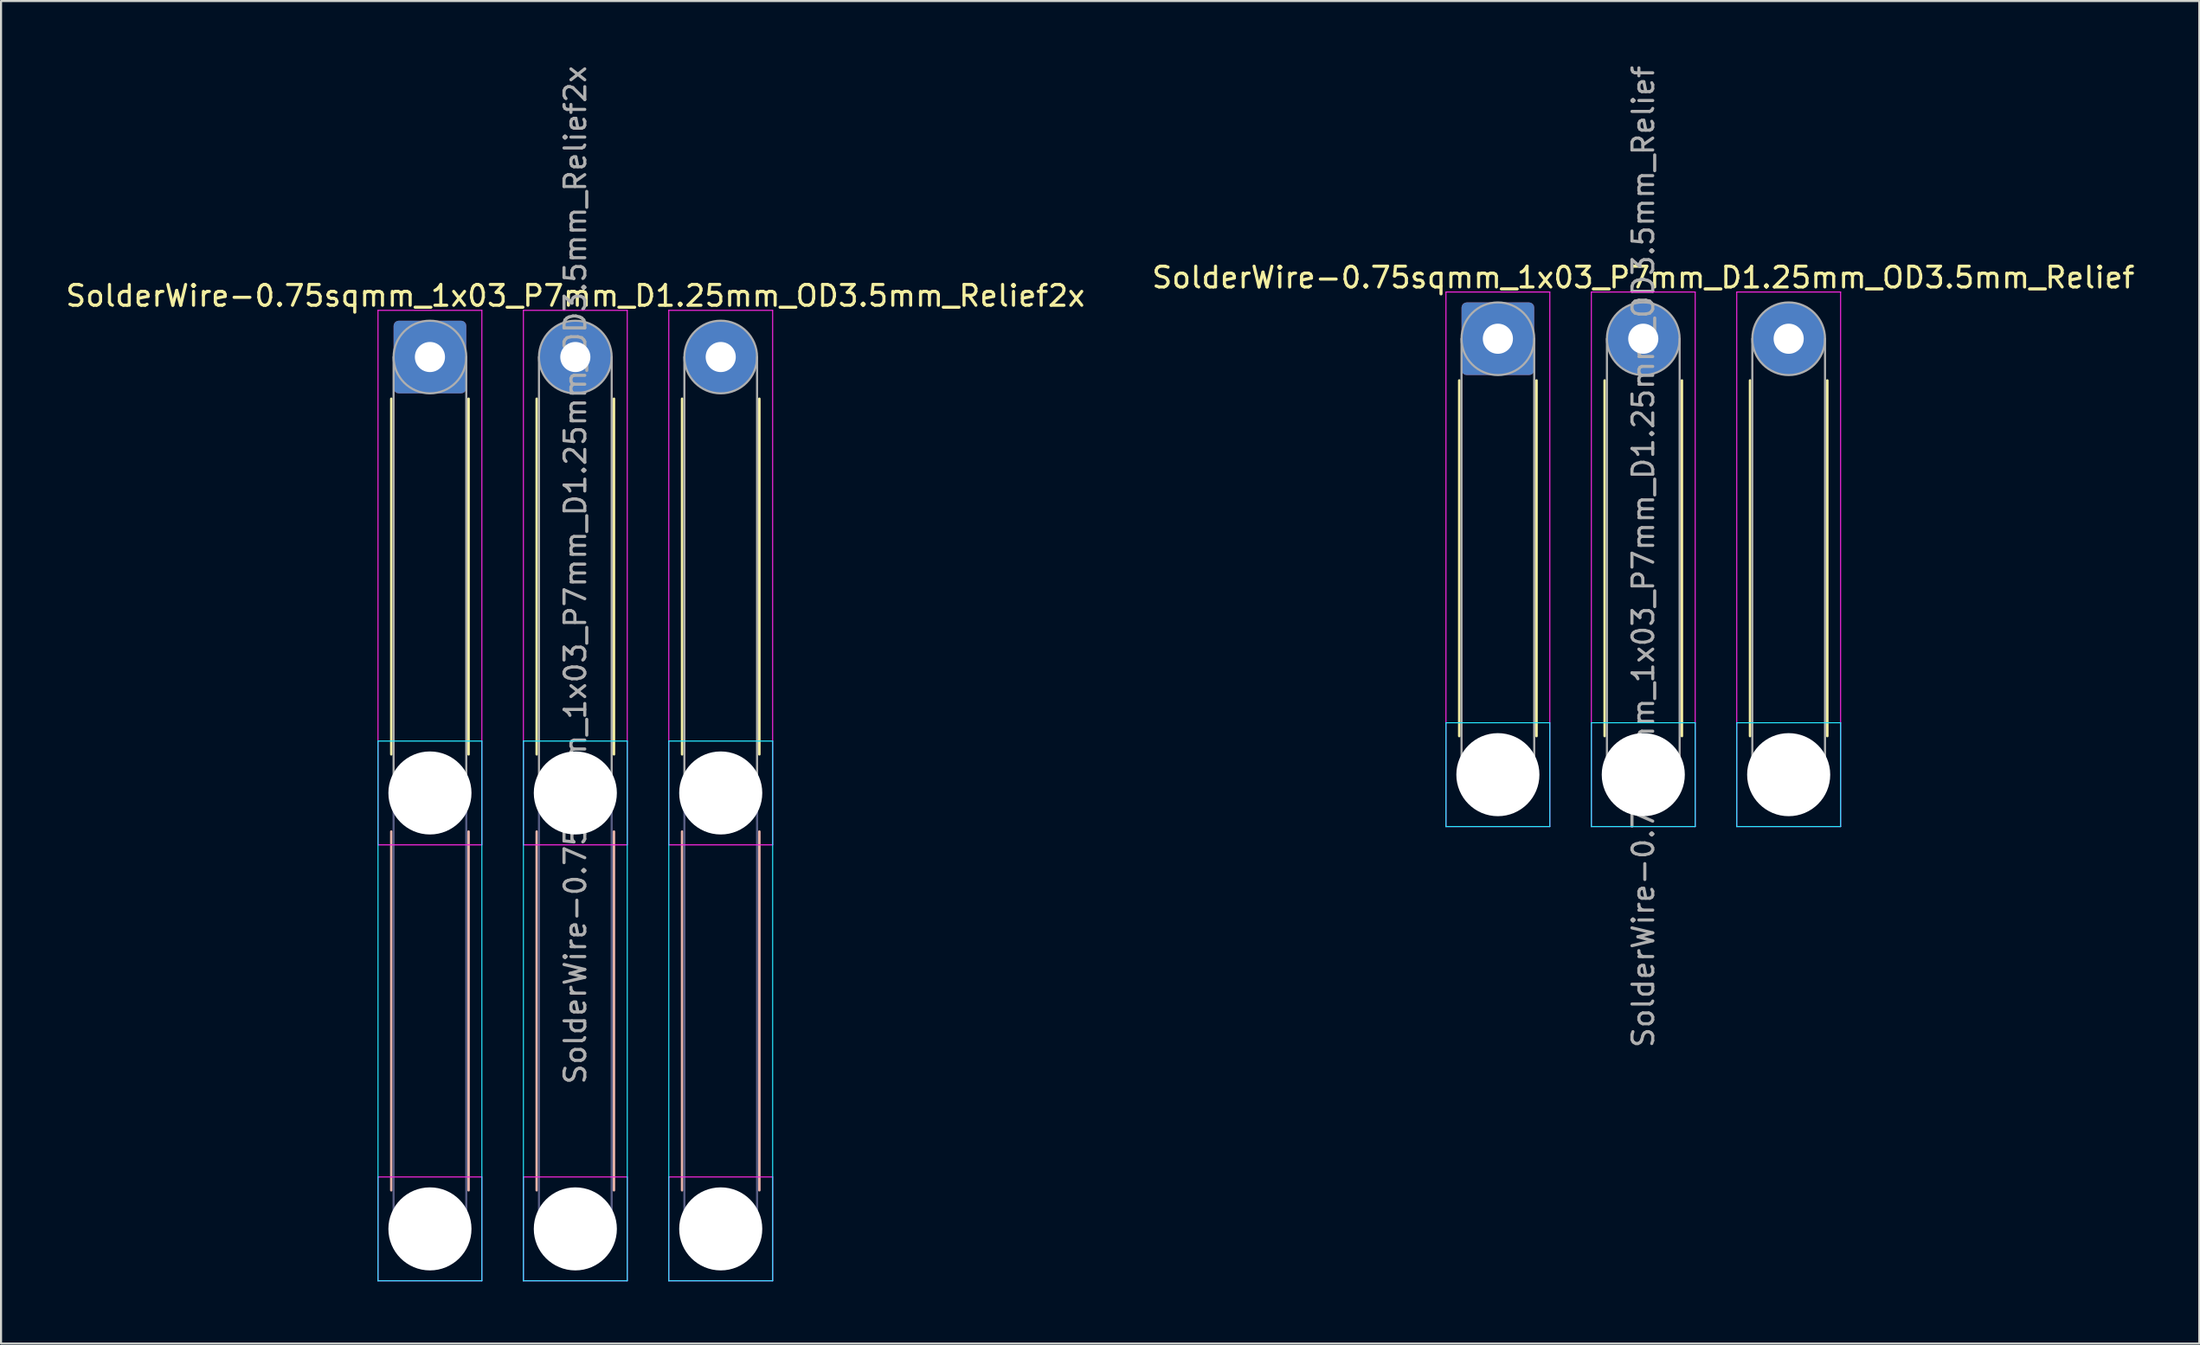
<source format=kicad_pcb>
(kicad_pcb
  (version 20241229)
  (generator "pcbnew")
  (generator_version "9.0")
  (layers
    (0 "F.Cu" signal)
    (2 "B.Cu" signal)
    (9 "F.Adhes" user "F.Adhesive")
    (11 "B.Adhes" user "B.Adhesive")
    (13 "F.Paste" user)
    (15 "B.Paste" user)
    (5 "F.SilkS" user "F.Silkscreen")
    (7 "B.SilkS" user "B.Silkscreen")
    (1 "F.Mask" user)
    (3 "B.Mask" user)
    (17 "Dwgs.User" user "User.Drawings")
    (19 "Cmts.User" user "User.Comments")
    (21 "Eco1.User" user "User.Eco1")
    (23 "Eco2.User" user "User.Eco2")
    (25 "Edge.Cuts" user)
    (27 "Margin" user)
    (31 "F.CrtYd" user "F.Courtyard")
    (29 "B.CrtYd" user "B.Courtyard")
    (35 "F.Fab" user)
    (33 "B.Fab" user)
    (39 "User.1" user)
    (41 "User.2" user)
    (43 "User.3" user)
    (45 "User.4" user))
  (footprint "SolderWire-0.75sqmm_1x03_P7mm_D1.25mm_OD3.5mm_Relief"
    (layer "F.Cu")
    (at 69.065 13.268)
    (property "Reference" "SolderWire-0.75sqmm_1x03_P7mm_D1.25mm_OD3.5mm_Relief" (at 7 -2.95 0) (layer "F.SilkS") (effects (font (size 1 1) (thickness 0.15))))
    (attr exclude_from_pos_files exclude_from_bom)
    (fp_line (start -1.86 2.01) (end -1.86 19.14) (stroke (width 0.12) (type solid)) (layer "F.SilkS"))
    (fp_line (start 1.86 2.01) (end 1.86 19.14) (stroke (width 0.12) (type solid)) (layer "F.SilkS"))
    (fp_line (start 5.14 2.01) (end 5.14 19.14) (stroke (width 0.12) (type solid)) (layer "F.SilkS"))
    (fp_line (start 8.86 2.01) (end 8.86 19.14) (stroke (width 0.12) (type solid)) (layer "F.SilkS"))
    (fp_line (start 12.14 2.01) (end 12.14 19.14) (stroke (width 0.12) (type solid)) (layer "F.SilkS"))
    (fp_line (start 15.86 2.01) (end 15.86 19.14) (stroke (width 0.12) (type solid)) (layer "F.SilkS"))
    (fp_line (start -2.5 18.5) (end -2.5 23.5) (stroke (width 0.05) (type solid)) (layer "B.CrtYd"))
    (fp_line (start -2.5 23.5) (end 2.5 23.5) (stroke (width 0.05) (type solid)) (layer "B.CrtYd"))
    (fp_line (start 2.5 18.5) (end -2.5 18.5) (stroke (width 0.05) (type solid)) (layer "B.CrtYd"))
    (fp_line (start 2.5 23.5) (end 2.5 18.5) (stroke (width 0.05) (type solid)) (layer "B.CrtYd"))
    (fp_line (start 4.5 18.5) (end 4.5 23.5) (stroke (width 0.05) (type solid)) (layer "B.CrtYd"))
    (fp_line (start 4.5 23.5) (end 9.5 23.5) (stroke (width 0.05) (type solid)) (layer "B.CrtYd"))
    (fp_line (start 9.5 18.5) (end 4.5 18.5) (stroke (width 0.05) (type solid)) (layer "B.CrtYd"))
    (fp_line (start 9.5 23.5) (end 9.5 18.5) (stroke (width 0.05) (type solid)) (layer "B.CrtYd"))
    (fp_line (start 11.5 18.5) (end 11.5 23.5) (stroke (width 0.05) (type solid)) (layer "B.CrtYd"))
    (fp_line (start 11.5 23.5) (end 16.5 23.5) (stroke (width 0.05) (type solid)) (layer "B.CrtYd"))
    (fp_line (start 16.5 18.5) (end 11.5 18.5) (stroke (width 0.05) (type solid)) (layer "B.CrtYd"))
    (fp_line (start 16.5 23.5) (end 16.5 18.5) (stroke (width 0.05) (type solid)) (layer "B.CrtYd"))
    (fp_line (start -2.5 -2.25) (end -2.5 23.5) (stroke (width 0.05) (type solid)) (layer "F.CrtYd"))
    (fp_line (start -2.5 23.5) (end 2.5 23.5) (stroke (width 0.05) (type solid)) (layer "F.CrtYd"))
    (fp_line (start 2.5 -2.25) (end -2.5 -2.25) (stroke (width 0.05) (type solid)) (layer "F.CrtYd"))
    (fp_line (start 2.5 23.5) (end 2.5 -2.25) (stroke (width 0.05) (type solid)) (layer "F.CrtYd"))
    (fp_line (start 4.5 -2.25) (end 4.5 23.5) (stroke (width 0.05) (type solid)) (layer "F.CrtYd"))
    (fp_line (start 4.5 23.5) (end 9.5 23.5) (stroke (width 0.05) (type solid)) (layer "F.CrtYd"))
    (fp_line (start 9.5 -2.25) (end 4.5 -2.25) (stroke (width 0.05) (type solid)) (layer "F.CrtYd"))
    (fp_line (start 9.5 23.5) (end 9.5 -2.25) (stroke (width 0.05) (type solid)) (layer "F.CrtYd"))
    (fp_line (start 11.5 -2.25) (end 11.5 23.5) (stroke (width 0.05) (type solid)) (layer "F.CrtYd"))
    (fp_line (start 11.5 23.5) (end 16.5 23.5) (stroke (width 0.05) (type solid)) (layer "F.CrtYd"))
    (fp_line (start 16.5 -2.25) (end 11.5 -2.25) (stroke (width 0.05) (type solid)) (layer "F.CrtYd"))
    (fp_line (start 16.5 23.5) (end 16.5 -2.25) (stroke (width 0.05) (type solid)) (layer "F.CrtYd"))
    (fp_line (start -1.75 0) (end -1.75 21) (stroke (width 0.1) (type solid)) (layer "F.Fab"))
    (fp_line (start 1.75 0) (end 1.75 21) (stroke (width 0.1) (type solid)) (layer "F.Fab"))
    (fp_line (start 5.25 0) (end 5.25 21) (stroke (width 0.1) (type solid)) (layer "F.Fab"))
    (fp_line (start 8.75 0) (end 8.75 21) (stroke (width 0.1) (type solid)) (layer "F.Fab"))
    (fp_line (start 12.25 0) (end 12.25 21) (stroke (width 0.1) (type solid)) (layer "F.Fab"))
    (fp_line (start 15.75 0) (end 15.75 21) (stroke (width 0.1) (type solid)) (layer "F.Fab"))
    (fp_circle (center 0 0) (end 1.75 0) (stroke (width 0.1) (type solid)) (fill no) (layer "F.Fab"))
    (fp_circle (center 0 21) (end 1.75 21) (stroke (width 0.1) (type solid)) (fill no) (layer "F.Fab"))
    (fp_circle (center 7 0) (end 8.75 0) (stroke (width 0.1) (type solid)) (fill no) (layer "F.Fab"))
    (fp_circle (center 7 21) (end 8.75 21) (stroke (width 0.1) (type solid)) (fill no) (layer "F.Fab"))
    (fp_circle (center 14 0) (end 15.75 0) (stroke (width 0.1) (type solid)) (fill no) (layer "F.Fab"))
    (fp_circle (center 14 21) (end 15.75 21) (stroke (width 0.1) (type solid)) (fill no) (layer "F.Fab"))
    (fp_text user "${REFERENCE}" (at 7 10.5 90) (layer "F.Fab") (effects (font (size 1 1) (thickness 0.15))))
    (pad "" np_thru_hole circle (at 0 21) (size 4 4) (drill 4) (layers "*.Cu" "*.Mask"))
    (pad "" np_thru_hole circle (at 7 21) (size 4 4) (drill 4) (layers "*.Cu" "*.Mask"))
    (pad "" np_thru_hole circle (at 14 21) (size 4 4) (drill 4) (layers "*.Cu" "*.Mask"))
    (pad "1" thru_hole roundrect (at 0 0) (size 3.5 3.5) (drill 1.45) (layers "*.Cu" "*.Mask") (roundrect_rratio 0.071))
    (pad "2" thru_hole circle (at 7 0) (size 3.5 3.5) (drill 1.45) (layers "*.Cu" "*.Mask"))
    (pad "3" thru_hole circle (at 14 0) (size 3.5 3.5) (drill 1.45) (layers "*.Cu" "*.Mask")))
  (footprint "SolderWire-0.75sqmm_1x03_P7mm_D1.25mm_OD3.5mm_Relief2x"
    (layer "F.Cu")
    (at 17.649 14.149)
    (property "Reference" "SolderWire-0.75sqmm_1x03_P7mm_D1.25mm_OD3.5mm_Relief2x" (at 7 -2.95 0) (layer "F.SilkS") (effects (font (size 1 1) (thickness 0.15))))
    (attr exclude_from_pos_files exclude_from_bom)
    (fp_line (start -1.86 2.01) (end -1.86 19.14) (stroke (width 0.12) (type solid)) (layer "F.SilkS"))
    (fp_line (start 1.86 2.01) (end 1.86 19.14) (stroke (width 0.12) (type solid)) (layer "F.SilkS"))
    (fp_line (start 5.14 2.01) (end 5.14 19.14) (stroke (width 0.12) (type solid)) (layer "F.SilkS"))
    (fp_line (start 8.86 2.01) (end 8.86 19.14) (stroke (width 0.12) (type solid)) (layer "F.SilkS"))
    (fp_line (start 12.14 2.01) (end 12.14 19.14) (stroke (width 0.12) (type solid)) (layer "F.SilkS"))
    (fp_line (start 15.86 2.01) (end 15.86 19.14) (stroke (width 0.12) (type solid)) (layer "F.SilkS"))
    (fp_line (start -1.86 22.86) (end -1.86 40.14) (stroke (width 0.12) (type solid)) (layer "B.SilkS"))
    (fp_line (start 1.86 22.86) (end 1.86 40.14) (stroke (width 0.12) (type solid)) (layer "B.SilkS"))
    (fp_line (start 5.14 22.86) (end 5.14 40.14) (stroke (width 0.12) (type solid)) (layer "B.SilkS"))
    (fp_line (start 8.86 22.86) (end 8.86 40.14) (stroke (width 0.12) (type solid)) (layer "B.SilkS"))
    (fp_line (start 12.14 22.86) (end 12.14 40.14) (stroke (width 0.12) (type solid)) (layer "B.SilkS"))
    (fp_line (start 15.86 22.86) (end 15.86 40.14) (stroke (width 0.12) (type solid)) (layer "B.SilkS"))
    (fp_line (start -2.5 18.5) (end -2.5 44.5) (stroke (width 0.05) (type solid)) (layer "B.CrtYd"))
    (fp_line (start -2.5 44.5) (end 2.5 44.5) (stroke (width 0.05) (type solid)) (layer "B.CrtYd"))
    (fp_line (start 2.5 18.5) (end -2.5 18.5) (stroke (width 0.05) (type solid)) (layer "B.CrtYd"))
    (fp_line (start 2.5 44.5) (end 2.5 18.5) (stroke (width 0.05) (type solid)) (layer "B.CrtYd"))
    (fp_line (start 4.5 18.5) (end 4.5 44.5) (stroke (width 0.05) (type solid)) (layer "B.CrtYd"))
    (fp_line (start 4.5 44.5) (end 9.5 44.5) (stroke (width 0.05) (type solid)) (layer "B.CrtYd"))
    (fp_line (start 9.5 18.5) (end 4.5 18.5) (stroke (width 0.05) (type solid)) (layer "B.CrtYd"))
    (fp_line (start 9.5 44.5) (end 9.5 18.5) (stroke (width 0.05) (type solid)) (layer "B.CrtYd"))
    (fp_line (start 11.5 18.5) (end 11.5 44.5) (stroke (width 0.05) (type solid)) (layer "B.CrtYd"))
    (fp_line (start 11.5 44.5) (end 16.5 44.5) (stroke (width 0.05) (type solid)) (layer "B.CrtYd"))
    (fp_line (start 16.5 18.5) (end 11.5 18.5) (stroke (width 0.05) (type solid)) (layer "B.CrtYd"))
    (fp_line (start 16.5 44.5) (end 16.5 18.5) (stroke (width 0.05) (type solid)) (layer "B.CrtYd"))
    (fp_line (start -2.5 -2.25) (end -2.5 23.5) (stroke (width 0.05) (type solid)) (layer "F.CrtYd"))
    (fp_line (start -2.5 23.5) (end 2.5 23.5) (stroke (width 0.05) (type solid)) (layer "F.CrtYd"))
    (fp_line (start -2.5 39.5) (end -2.5 44.5) (stroke (width 0.05) (type solid)) (layer "F.CrtYd"))
    (fp_line (start -2.5 44.5) (end 2.5 44.5) (stroke (width 0.05) (type solid)) (layer "F.CrtYd"))
    (fp_line (start 2.5 -2.25) (end -2.5 -2.25) (stroke (width 0.05) (type solid)) (layer "F.CrtYd"))
    (fp_line (start 2.5 23.5) (end 2.5 -2.25) (stroke (width 0.05) (type solid)) (layer "F.CrtYd"))
    (fp_line (start 2.5 39.5) (end -2.5 39.5) (stroke (width 0.05) (type solid)) (layer "F.CrtYd"))
    (fp_line (start 2.5 44.5) (end 2.5 39.5) (stroke (width 0.05) (type solid)) (layer "F.CrtYd"))
    (fp_line (start 4.5 -2.25) (end 4.5 23.5) (stroke (width 0.05) (type solid)) (layer "F.CrtYd"))
    (fp_line (start 4.5 23.5) (end 9.5 23.5) (stroke (width 0.05) (type solid)) (layer "F.CrtYd"))
    (fp_line (start 4.5 39.5) (end 4.5 44.5) (stroke (width 0.05) (type solid)) (layer "F.CrtYd"))
    (fp_line (start 4.5 44.5) (end 9.5 44.5) (stroke (width 0.05) (type solid)) (layer "F.CrtYd"))
    (fp_line (start 9.5 -2.25) (end 4.5 -2.25) (stroke (width 0.05) (type solid)) (layer "F.CrtYd"))
    (fp_line (start 9.5 23.5) (end 9.5 -2.25) (stroke (width 0.05) (type solid)) (layer "F.CrtYd"))
    (fp_line (start 9.5 39.5) (end 4.5 39.5) (stroke (width 0.05) (type solid)) (layer "F.CrtYd"))
    (fp_line (start 9.5 44.5) (end 9.5 39.5) (stroke (width 0.05) (type solid)) (layer "F.CrtYd"))
    (fp_line (start 11.5 -2.25) (end 11.5 23.5) (stroke (width 0.05) (type solid)) (layer "F.CrtYd"))
    (fp_line (start 11.5 23.5) (end 16.5 23.5) (stroke (width 0.05) (type solid)) (layer "F.CrtYd"))
    (fp_line (start 11.5 39.5) (end 11.5 44.5) (stroke (width 0.05) (type solid)) (layer "F.CrtYd"))
    (fp_line (start 11.5 44.5) (end 16.5 44.5) (stroke (width 0.05) (type solid)) (layer "F.CrtYd"))
    (fp_line (start 16.5 -2.25) (end 11.5 -2.25) (stroke (width 0.05) (type solid)) (layer "F.CrtYd"))
    (fp_line (start 16.5 23.5) (end 16.5 -2.25) (stroke (width 0.05) (type solid)) (layer "F.CrtYd"))
    (fp_line (start 16.5 39.5) (end 11.5 39.5) (stroke (width 0.05) (type solid)) (layer "F.CrtYd"))
    (fp_line (start 16.5 44.5) (end 16.5 39.5) (stroke (width 0.05) (type solid)) (layer "F.CrtYd"))
    (fp_line (start -1.75 21) (end -1.75 42) (stroke (width 0.1) (type solid)) (layer "B.Fab"))
    (fp_line (start 1.75 21) (end 1.75 42) (stroke (width 0.1) (type solid)) (layer "B.Fab"))
    (fp_line (start 5.25 21) (end 5.25 42) (stroke (width 0.1) (type solid)) (layer "B.Fab"))
    (fp_line (start 8.75 21) (end 8.75 42) (stroke (width 0.1) (type solid)) (layer "B.Fab"))
    (fp_line (start 12.25 21) (end 12.25 42) (stroke (width 0.1) (type solid)) (layer "B.Fab"))
    (fp_line (start 15.75 21) (end 15.75 42) (stroke (width 0.1) (type solid)) (layer "B.Fab"))
    (fp_circle (center 0 21) (end 1.75 21) (stroke (width 0.1) (type solid)) (fill no) (layer "B.Fab"))
    (fp_circle (center 0 42) (end 1.75 42) (stroke (width 0.1) (type solid)) (fill no) (layer "B.Fab"))
    (fp_circle (center 7 21) (end 8.75 21) (stroke (width 0.1) (type solid)) (fill no) (layer "B.Fab"))
    (fp_circle (center 7 42) (end 8.75 42) (stroke (width 0.1) (type solid)) (fill no) (layer "B.Fab"))
    (fp_circle (center 14 21) (end 15.75 21) (stroke (width 0.1) (type solid)) (fill no) (layer "B.Fab"))
    (fp_circle (center 14 42) (end 15.75 42) (stroke (width 0.1) (type solid)) (fill no) (layer "B.Fab"))
    (fp_line (start -1.75 0) (end -1.75 21) (stroke (width 0.1) (type solid)) (layer "F.Fab"))
    (fp_line (start 1.75 0) (end 1.75 21) (stroke (width 0.1) (type solid)) (layer "F.Fab"))
    (fp_line (start 5.25 0) (end 5.25 21) (stroke (width 0.1) (type solid)) (layer "F.Fab"))
    (fp_line (start 8.75 0) (end 8.75 21) (stroke (width 0.1) (type solid)) (layer "F.Fab"))
    (fp_line (start 12.25 0) (end 12.25 21) (stroke (width 0.1) (type solid)) (layer "F.Fab"))
    (fp_line (start 15.75 0) (end 15.75 21) (stroke (width 0.1) (type solid)) (layer "F.Fab"))
    (fp_circle (center 0 0) (end 1.75 0) (stroke (width 0.1) (type solid)) (fill no) (layer "F.Fab"))
    (fp_circle (center 0 21) (end 1.75 21) (stroke (width 0.1) (type solid)) (fill no) (layer "F.Fab"))
    (fp_circle (center 0 42) (end 1.75 42) (stroke (width 0.1) (type solid)) (fill no) (layer "F.Fab"))
    (fp_circle (center 7 0) (end 8.75 0) (stroke (width 0.1) (type solid)) (fill no) (layer "F.Fab"))
    (fp_circle (center 7 21) (end 8.75 21) (stroke (width 0.1) (type solid)) (fill no) (layer "F.Fab"))
    (fp_circle (center 7 42) (end 8.75 42) (stroke (width 0.1) (type solid)) (fill no) (layer "F.Fab"))
    (fp_circle (center 14 0) (end 15.75 0) (stroke (width 0.1) (type solid)) (fill no) (layer "F.Fab"))
    (fp_circle (center 14 21) (end 15.75 21) (stroke (width 0.1) (type solid)) (fill no) (layer "F.Fab"))
    (fp_circle (center 14 42) (end 15.75 42) (stroke (width 0.1) (type solid)) (fill no) (layer "F.Fab"))
    (fp_text user "${REFERENCE}" (at 7 10.5 90) (layer "F.Fab") (effects (font (size 1 1) (thickness 0.15))))
    (pad "" np_thru_hole circle (at 0 21) (size 4 4) (drill 4) (layers "*.Cu" "*.Mask"))
    (pad "" np_thru_hole circle (at 0 42) (size 4 4) (drill 4) (layers "*.Cu" "*.Mask"))
    (pad "" np_thru_hole circle (at 7 21) (size 4 4) (drill 4) (layers "*.Cu" "*.Mask"))
    (pad "" np_thru_hole circle (at 7 42) (size 4 4) (drill 4) (layers "*.Cu" "*.Mask"))
    (pad "" np_thru_hole circle (at 14 21) (size 4 4) (drill 4) (layers "*.Cu" "*.Mask"))
    (pad "" np_thru_hole circle (at 14 42) (size 4 4) (drill 4) (layers "*.Cu" "*.Mask"))
    (pad "1" thru_hole roundrect (at 0 0) (size 3.5 3.5) (drill 1.45) (layers "*.Cu" "*.Mask") (roundrect_rratio 0.071))
    (pad "2" thru_hole circle (at 7 0) (size 3.5 3.5) (drill 1.45) (layers "*.Cu" "*.Mask"))
    (pad "3" thru_hole circle (at 14 0) (size 3.5 3.5) (drill 1.45) (layers "*.Cu" "*.Mask")))
  (gr_rect
    (start -3 -3)
    (end 102.833 61.674)
    (stroke (width 0.1) (type default))
    (fill no)
    (layer "Edge.Cuts")))
</source>
